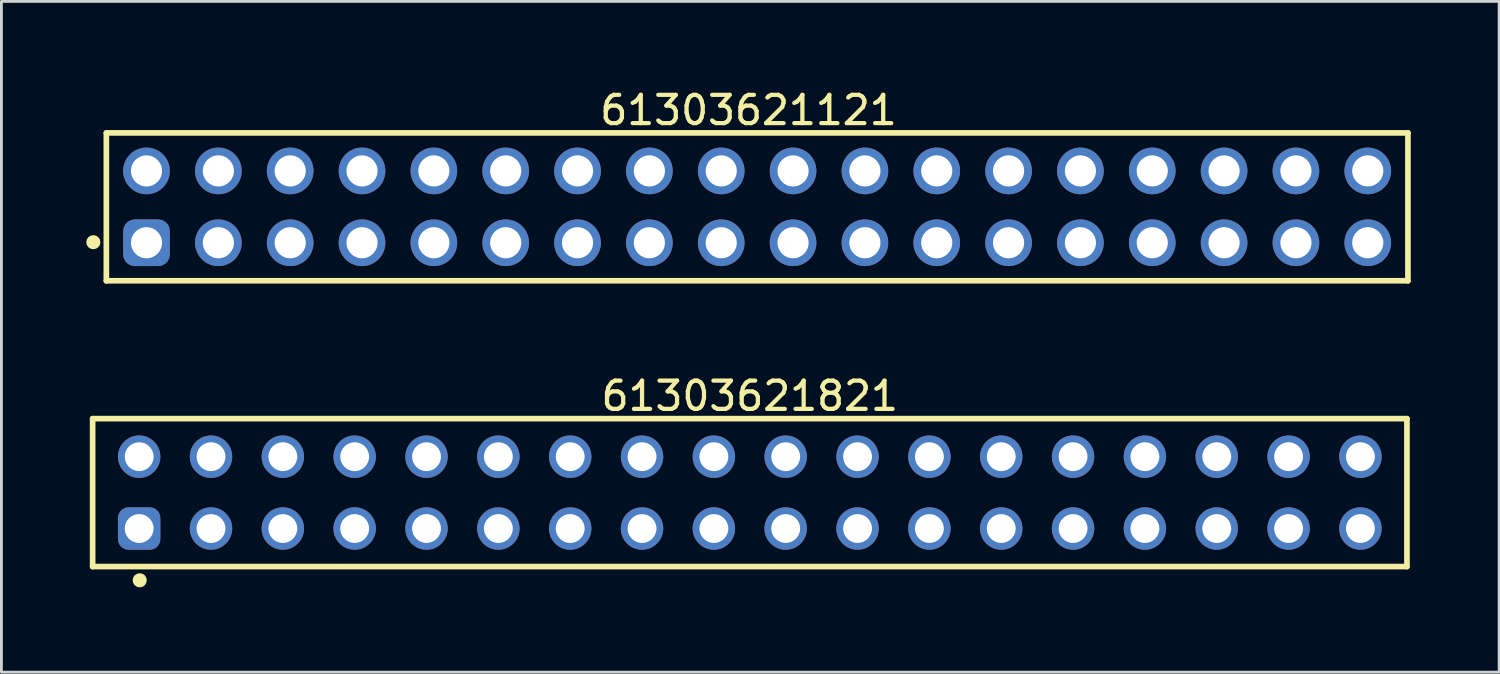
<source format=kicad_pcb>
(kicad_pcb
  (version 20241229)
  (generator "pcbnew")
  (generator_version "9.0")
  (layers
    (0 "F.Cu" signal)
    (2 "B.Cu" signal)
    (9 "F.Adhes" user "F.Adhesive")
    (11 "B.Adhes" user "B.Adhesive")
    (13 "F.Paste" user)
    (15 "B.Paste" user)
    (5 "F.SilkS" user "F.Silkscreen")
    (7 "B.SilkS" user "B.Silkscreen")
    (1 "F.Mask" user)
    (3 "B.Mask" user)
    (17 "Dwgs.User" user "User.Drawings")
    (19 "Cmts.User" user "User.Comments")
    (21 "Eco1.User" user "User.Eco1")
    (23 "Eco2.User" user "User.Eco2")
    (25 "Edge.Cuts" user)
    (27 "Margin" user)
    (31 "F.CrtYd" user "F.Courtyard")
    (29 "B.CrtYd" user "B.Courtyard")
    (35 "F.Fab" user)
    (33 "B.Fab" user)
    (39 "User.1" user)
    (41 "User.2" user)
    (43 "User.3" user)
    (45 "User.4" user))
  (footprint "61303621121"
    (layer "F.Cu")
    (at 23.72 4.263)
    (property "Reference" "61303621121" (at -0.305 -3.415 0) (layer "F.SilkS") (effects (font (size 1 1) (thickness 0.15))))
    (fp_line (start -23.01 -2.615) (end 23.01 -2.615) (stroke (width 0.2) (type solid)) (layer "F.SilkS"))
    (fp_line (start -23.01 2.615) (end -23.01 -2.615) (stroke (width 0.2) (type solid)) (layer "F.SilkS"))
    (fp_line (start -23.01 2.615) (end 23.01 2.615) (stroke (width 0.2) (type solid)) (layer "F.SilkS"))
    (fp_line (start 23.01 2.615) (end 23.01 -2.615) (stroke (width 0.2) (type solid)) (layer "F.SilkS"))
    (fp_circle (center -23.47 1.25) (end -23.47 1.125) (stroke (width 0.25) (type solid)) (fill no) (layer "F.SilkS"))
    (fp_line (start -23.21 -2.815) (end 23.21 -2.815) (stroke (width 0.05) (type solid)) (layer "Eco2.User"))
    (fp_line (start -23.21 2.815) (end -23.21 -2.815) (stroke (width 0.05) (type solid)) (layer "Eco2.User"))
    (fp_line (start -23.21 2.815) (end 23.21 2.815) (stroke (width 0.05) (type solid)) (layer "Eco2.User"))
    (fp_line (start -22.86 -2.54) (end 22.86 -2.54) (stroke (width 0.1) (type solid)) (layer "Eco2.User"))
    (fp_line (start -22.86 2.54) (end -22.86 -2.54) (stroke (width 0.1) (type solid)) (layer "Eco2.User"))
    (fp_line (start -22.86 2.54) (end 22.86 2.54) (stroke (width 0.1) (type solid)) (layer "Eco2.User"))
    (fp_line (start -0.5 0) (end 0.5 0) (stroke (width 0.05) (type solid)) (layer "Eco2.User"))
    (fp_line (start 0 0.5) (end 0 -0.5) (stroke (width 0.05) (type solid)) (layer "Eco2.User"))
    (fp_line (start 22.86 2.54) (end 22.86 -2.54) (stroke (width 0.1) (type solid)) (layer "Eco2.User"))
    (fp_line (start 23.21 2.815) (end 23.21 -2.815) (stroke (width 0.05) (type solid)) (layer "Eco2.User"))
    (fp_text user "${REFERENCE}" (at 0.15 -0.197 0) (unlocked yes) (layer "User.3") (effects (font (size 1.5 1.5) (thickness 0.15))))
    (pad "1" thru_hole roundrect (at -21.59 1.27) (size 1.65 1.65) (drill 1.1) (layers "*.Cu" "*.Mask") (roundrect_rratio 0.25))
    (pad "2" thru_hole circle (at -21.59 -1.27) (size 1.65 1.65) (drill 1.1) (layers "*.Cu" "*.Mask"))
    (pad "3" thru_hole circle (at -19.05 1.27) (size 1.65 1.65) (drill 1.1) (layers "*.Cu" "*.Mask"))
    (pad "4" thru_hole circle (at -19.05 -1.27) (size 1.65 1.65) (drill 1.1) (layers "*.Cu" "*.Mask"))
    (pad "5" thru_hole circle (at -16.51 1.27) (size 1.65 1.65) (drill 1.1) (layers "*.Cu" "*.Mask"))
    (pad "6" thru_hole circle (at -16.51 -1.27) (size 1.65 1.65) (drill 1.1) (layers "*.Cu" "*.Mask"))
    (pad "7" thru_hole circle (at -13.97 1.27) (size 1.65 1.65) (drill 1.1) (layers "*.Cu" "*.Mask"))
    (pad "8" thru_hole circle (at -13.97 -1.27) (size 1.65 1.65) (drill 1.1) (layers "*.Cu" "*.Mask"))
    (pad "9" thru_hole circle (at -11.43 1.27) (size 1.65 1.65) (drill 1.1) (layers "*.Cu" "*.Mask"))
    (pad "10" thru_hole circle (at -11.43 -1.27) (size 1.65 1.65) (drill 1.1) (layers "*.Cu" "*.Mask"))
    (pad "11" thru_hole circle (at -8.89 1.27) (size 1.65 1.65) (drill 1.1) (layers "*.Cu" "*.Mask"))
    (pad "12" thru_hole circle (at -8.89 -1.27) (size 1.65 1.65) (drill 1.1) (layers "*.Cu" "*.Mask"))
    (pad "13" thru_hole circle (at -6.35 1.27) (size 1.65 1.65) (drill 1.1) (layers "*.Cu" "*.Mask"))
    (pad "14" thru_hole circle (at -6.35 -1.27) (size 1.65 1.65) (drill 1.1) (layers "*.Cu" "*.Mask"))
    (pad "15" thru_hole circle (at -3.81 1.27) (size 1.65 1.65) (drill 1.1) (layers "*.Cu" "*.Mask"))
    (pad "16" thru_hole circle (at -3.81 -1.27) (size 1.65 1.65) (drill 1.1) (layers "*.Cu" "*.Mask"))
    (pad "17" thru_hole circle (at -1.27 1.27) (size 1.65 1.65) (drill 1.1) (layers "*.Cu" "*.Mask"))
    (pad "18" thru_hole circle (at -1.27 -1.27) (size 1.65 1.65) (drill 1.1) (layers "*.Cu" "*.Mask"))
    (pad "19" thru_hole circle (at 1.27 1.27) (size 1.65 1.65) (drill 1.1) (layers "*.Cu" "*.Mask"))
    (pad "20" thru_hole circle (at 1.27 -1.27) (size 1.65 1.65) (drill 1.1) (layers "*.Cu" "*.Mask"))
    (pad "21" thru_hole circle (at 3.81 1.27) (size 1.65 1.65) (drill 1.1) (layers "*.Cu" "*.Mask"))
    (pad "22" thru_hole circle (at 3.81 -1.27) (size 1.65 1.65) (drill 1.1) (layers "*.Cu" "*.Mask"))
    (pad "23" thru_hole circle (at 6.35 1.27) (size 1.65 1.65) (drill 1.1) (layers "*.Cu" "*.Mask"))
    (pad "24" thru_hole circle (at 6.35 -1.27) (size 1.65 1.65) (drill 1.1) (layers "*.Cu" "*.Mask"))
    (pad "25" thru_hole circle (at 8.89 1.27) (size 1.65 1.65) (drill 1.1) (layers "*.Cu" "*.Mask"))
    (pad "26" thru_hole circle (at 8.89 -1.27) (size 1.65 1.65) (drill 1.1) (layers "*.Cu" "*.Mask"))
    (pad "27" thru_hole circle (at 11.43 1.27) (size 1.65 1.65) (drill 1.1) (layers "*.Cu" "*.Mask"))
    (pad "28" thru_hole circle (at 11.43 -1.27) (size 1.65 1.65) (drill 1.1) (layers "*.Cu" "*.Mask"))
    (pad "29" thru_hole circle (at 13.97 1.27) (size 1.65 1.65) (drill 1.1) (layers "*.Cu" "*.Mask"))
    (pad "30" thru_hole circle (at 13.97 -1.27) (size 1.65 1.65) (drill 1.1) (layers "*.Cu" "*.Mask"))
    (pad "31" thru_hole circle (at 16.51 1.27) (size 1.65 1.65) (drill 1.1) (layers "*.Cu" "*.Mask"))
    (pad "32" thru_hole circle (at 16.51 -1.27) (size 1.65 1.65) (drill 1.1) (layers "*.Cu" "*.Mask"))
    (pad "33" thru_hole circle (at 19.05 1.27) (size 1.65 1.65) (drill 1.1) (layers "*.Cu" "*.Mask"))
    (pad "34" thru_hole circle (at 19.05 -1.27) (size 1.65 1.65) (drill 1.1) (layers "*.Cu" "*.Mask"))
    (pad "35" thru_hole circle (at 21.59 1.27) (size 1.65 1.65) (drill 1.1) (layers "*.Cu" "*.Mask"))
    (pad "36" thru_hole circle (at 21.59 -1.27) (size 1.65 1.65) (drill 1.1) (layers "*.Cu" "*.Mask")))
  (footprint "61303621821"
    (layer "F.Cu")
    (at 23.46 14.367)
    (property "Reference" "61303621821" (at 0 -3.415 0) (layer "F.SilkS") (effects (font (size 1 1) (thickness 0.15))))
    (fp_line (start -23.235 -2.615) (end 23.235 -2.615) (stroke (width 0.2) (type solid)) (layer "F.SilkS"))
    (fp_line (start -23.235 2.615) (end -23.235 -2.615) (stroke (width 0.2) (type solid)) (layer "F.SilkS"))
    (fp_line (start -23.235 2.615) (end 23.235 2.615) (stroke (width 0.2) (type solid)) (layer "F.SilkS"))
    (fp_line (start 23.235 2.615) (end 23.235 -2.615) (stroke (width 0.2) (type solid)) (layer "F.SilkS"))
    (fp_circle (center -21.57 3.1) (end -21.57 2.975) (stroke (width 0.25) (type solid)) (fill no) (layer "F.SilkS"))
    (fp_line (start -23.435 -2.815) (end 23.435 -2.815) (stroke (width 0.05) (type solid)) (layer "Eco2.User"))
    (fp_line (start -23.435 2.815) (end -23.435 -2.815) (stroke (width 0.05) (type solid)) (layer "Eco2.User"))
    (fp_line (start -23.435 2.815) (end 23.435 2.815) (stroke (width 0.05) (type solid)) (layer "Eco2.User"))
    (fp_line (start -23.11 -2.54) (end 23.11 -2.54) (stroke (width 0.1) (type solid)) (layer "Eco2.User"))
    (fp_line (start -23.11 2.54) (end -23.11 -2.54) (stroke (width 0.1) (type solid)) (layer "Eco2.User"))
    (fp_line (start -23.11 2.54) (end 23.11 2.54) (stroke (width 0.1) (type solid)) (layer "Eco2.User"))
    (fp_line (start -0.5 0) (end 0.5 0) (stroke (width 0.05) (type solid)) (layer "Eco2.User"))
    (fp_line (start 0 0.5) (end 0 -0.5) (stroke (width 0.05) (type solid)) (layer "Eco2.User"))
    (fp_line (start 23.11 2.54) (end 23.11 -2.54) (stroke (width 0.1) (type solid)) (layer "Eco2.User"))
    (fp_line (start 23.435 2.815) (end 23.435 -2.815) (stroke (width 0.05) (type solid)) (layer "Eco2.User"))
    (fp_text user "${REFERENCE}" (at 0.15 -0.197 0) (unlocked yes) (layer "User.3") (effects (font (size 1.5 1.5) (thickness 0.15))))
    (pad "1" thru_hole roundrect (at -21.59 1.27) (size 1.5 1.5) (drill 1.02) (layers "*.Cu" "*.Mask") (roundrect_rratio 0.25))
    (pad "2" thru_hole circle (at -21.59 -1.27) (size 1.5 1.5) (drill 1.02) (layers "*.Cu" "*.Mask"))
    (pad "3" thru_hole circle (at -19.05 1.27) (size 1.5 1.5) (drill 1.02) (layers "*.Cu" "*.Mask"))
    (pad "4" thru_hole circle (at -19.05 -1.27) (size 1.5 1.5) (drill 1.02) (layers "*.Cu" "*.Mask"))
    (pad "5" thru_hole circle (at -16.51 1.27) (size 1.5 1.5) (drill 1.02) (layers "*.Cu" "*.Mask"))
    (pad "6" thru_hole circle (at -16.51 -1.27) (size 1.5 1.5) (drill 1.02) (layers "*.Cu" "*.Mask"))
    (pad "7" thru_hole circle (at -13.97 1.27) (size 1.5 1.5) (drill 1.02) (layers "*.Cu" "*.Mask"))
    (pad "8" thru_hole circle (at -13.97 -1.27) (size 1.5 1.5) (drill 1.02) (layers "*.Cu" "*.Mask"))
    (pad "9" thru_hole circle (at -11.43 1.27) (size 1.5 1.5) (drill 1.02) (layers "*.Cu" "*.Mask"))
    (pad "10" thru_hole circle (at -11.43 -1.27) (size 1.5 1.5) (drill 1.02) (layers "*.Cu" "*.Mask"))
    (pad "11" thru_hole circle (at -8.89 1.27) (size 1.5 1.5) (drill 1.02) (layers "*.Cu" "*.Mask"))
    (pad "12" thru_hole circle (at -8.89 -1.27) (size 1.5 1.5) (drill 1.02) (layers "*.Cu" "*.Mask"))
    (pad "13" thru_hole circle (at -6.35 1.27) (size 1.5 1.5) (drill 1.02) (layers "*.Cu" "*.Mask"))
    (pad "14" thru_hole circle (at -6.35 -1.27) (size 1.5 1.5) (drill 1.02) (layers "*.Cu" "*.Mask"))
    (pad "15" thru_hole circle (at -3.81 1.27) (size 1.5 1.5) (drill 1.02) (layers "*.Cu" "*.Mask"))
    (pad "16" thru_hole circle (at -3.81 -1.27) (size 1.5 1.5) (drill 1.02) (layers "*.Cu" "*.Mask"))
    (pad "17" thru_hole circle (at -1.27 1.27) (size 1.5 1.5) (drill 1.02) (layers "*.Cu" "*.Mask"))
    (pad "18" thru_hole circle (at -1.27 -1.27) (size 1.5 1.5) (drill 1.02) (layers "*.Cu" "*.Mask"))
    (pad "19" thru_hole circle (at 1.27 1.27) (size 1.5 1.5) (drill 1.02) (layers "*.Cu" "*.Mask"))
    (pad "20" thru_hole circle (at 1.27 -1.27) (size 1.5 1.5) (drill 1.02) (layers "*.Cu" "*.Mask"))
    (pad "21" thru_hole circle (at 3.81 1.27) (size 1.5 1.5) (drill 1.02) (layers "*.Cu" "*.Mask"))
    (pad "22" thru_hole circle (at 3.81 -1.27) (size 1.5 1.5) (drill 1.02) (layers "*.Cu" "*.Mask"))
    (pad "23" thru_hole circle (at 6.35 1.27) (size 1.5 1.5) (drill 1.02) (layers "*.Cu" "*.Mask"))
    (pad "24" thru_hole circle (at 6.35 -1.27) (size 1.5 1.5) (drill 1.02) (layers "*.Cu" "*.Mask"))
    (pad "25" thru_hole circle (at 8.89 1.27) (size 1.5 1.5) (drill 1.02) (layers "*.Cu" "*.Mask"))
    (pad "26" thru_hole circle (at 8.89 -1.27) (size 1.5 1.5) (drill 1.02) (layers "*.Cu" "*.Mask"))
    (pad "27" thru_hole circle (at 11.43 1.27) (size 1.5 1.5) (drill 1.02) (layers "*.Cu" "*.Mask"))
    (pad "28" thru_hole circle (at 11.43 -1.27) (size 1.5 1.5) (drill 1.02) (layers "*.Cu" "*.Mask"))
    (pad "29" thru_hole circle (at 13.97 1.27) (size 1.5 1.5) (drill 1.02) (layers "*.Cu" "*.Mask"))
    (pad "30" thru_hole circle (at 13.97 -1.27) (size 1.5 1.5) (drill 1.02) (layers "*.Cu" "*.Mask"))
    (pad "31" thru_hole circle (at 16.51 1.27) (size 1.5 1.5) (drill 1.02) (layers "*.Cu" "*.Mask"))
    (pad "32" thru_hole circle (at 16.51 -1.27) (size 1.5 1.5) (drill 1.02) (layers "*.Cu" "*.Mask"))
    (pad "33" thru_hole circle (at 19.05 1.27) (size 1.5 1.5) (drill 1.02) (layers "*.Cu" "*.Mask"))
    (pad "34" thru_hole circle (at 19.05 -1.27) (size 1.5 1.5) (drill 1.02) (layers "*.Cu" "*.Mask"))
    (pad "35" thru_hole circle (at 21.59 1.27) (size 1.5 1.5) (drill 1.02) (layers "*.Cu" "*.Mask"))
    (pad "36" thru_hole circle (at 21.59 -1.27) (size 1.5 1.5) (drill 1.02) (layers "*.Cu" "*.Mask")))
  (gr_rect
    (start -3 -3)
    (end 49.955 20.716)
    (stroke (width 0.1) (type default))
    (fill no)
    (layer "Edge.Cuts")))
</source>
